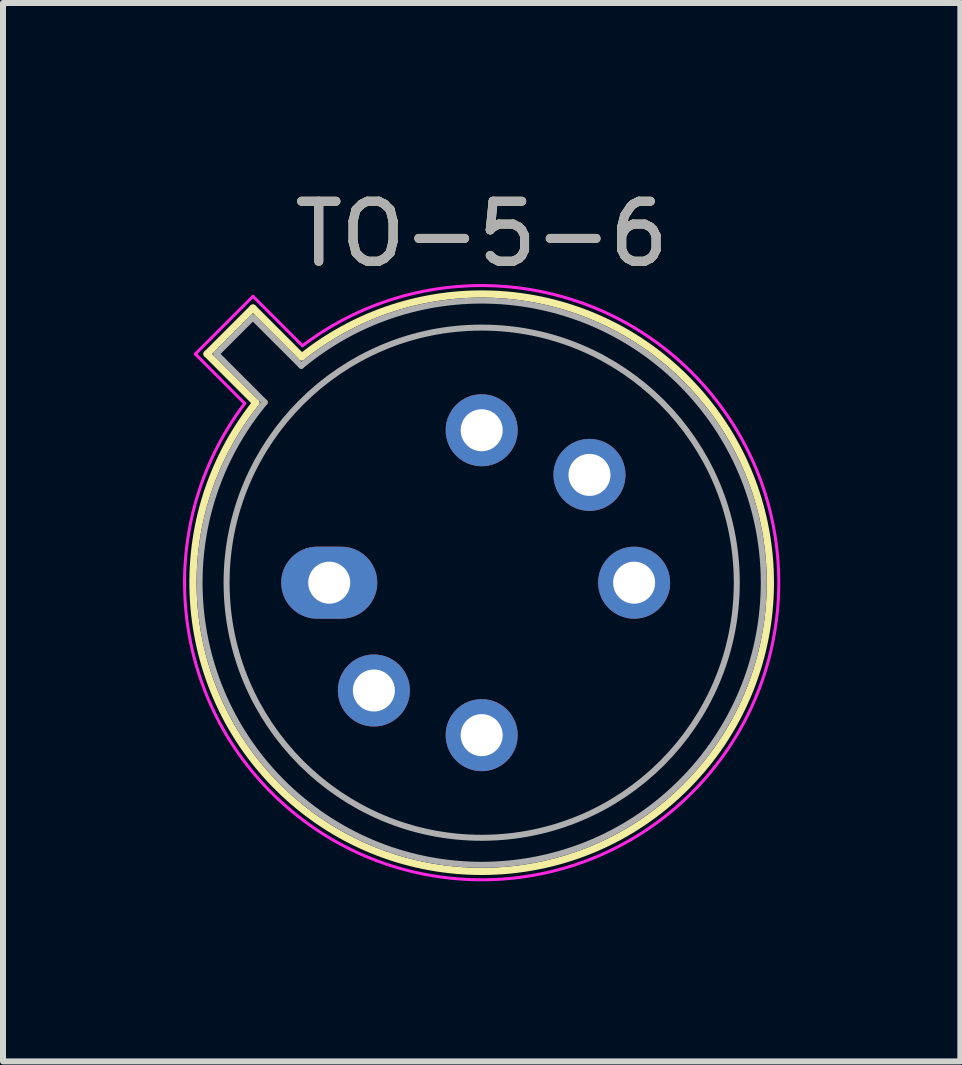
<source format=kicad_pcb>
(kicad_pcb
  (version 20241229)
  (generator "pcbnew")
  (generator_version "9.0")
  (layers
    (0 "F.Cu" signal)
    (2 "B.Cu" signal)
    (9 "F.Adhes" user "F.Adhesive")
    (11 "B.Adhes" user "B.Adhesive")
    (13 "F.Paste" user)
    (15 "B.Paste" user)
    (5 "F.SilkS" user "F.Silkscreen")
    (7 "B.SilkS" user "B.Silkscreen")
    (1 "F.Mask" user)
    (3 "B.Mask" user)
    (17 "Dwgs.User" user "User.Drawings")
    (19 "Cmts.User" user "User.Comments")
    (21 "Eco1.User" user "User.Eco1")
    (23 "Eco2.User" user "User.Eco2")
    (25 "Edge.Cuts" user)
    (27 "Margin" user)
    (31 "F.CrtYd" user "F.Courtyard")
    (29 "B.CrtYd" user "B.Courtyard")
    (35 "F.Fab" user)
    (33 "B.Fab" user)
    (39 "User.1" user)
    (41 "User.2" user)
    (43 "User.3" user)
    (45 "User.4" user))
  (footprint "TO-5-6"
    (layer "F.Cu")
    (at 2.435 6.658)
    (property "Reference" "TO-5-6" (at 2.54 -5.81 0) (layer "F.SilkS") (effects (font (size 1 1) (thickness 0.15))))
    (attr through_hole)
    (fp_line (start -2.035 -3.811) (end -1.222 -2.998) (stroke (width 0.12) (type solid)) (layer "F.SilkS"))
    (fp_line (start -1.271 -4.575) (end -2.035 -3.811) (stroke (width 0.12) (type solid)) (layer "F.SilkS"))
    (fp_line (start -0.458 -3.762) (end -1.271 -4.575) (stroke (width 0.12) (type solid)) (layer "F.SilkS"))
    (fp_arc (start -0.457844 -3.76152) (mid 5.941184 3.401184) (end -1.22152 -2.997844) (stroke (width 0.12) (type solid)) (layer "F.SilkS"))
    (fp_line (start -2.231 -3.81) (end -1.408 -2.986) (stroke (width 0.05) (type solid)) (layer "F.CrtYd"))
    (fp_line (start -1.27 -4.771) (end -2.231 -3.81) (stroke (width 0.05) (type solid)) (layer "F.CrtYd"))
    (fp_line (start -0.446 -3.948) (end -1.27 -4.771) (stroke (width 0.05) (type solid)) (layer "F.CrtYd"))
    (fp_arc (start -0.446162 -3.947827) (mid 6.040179 3.500179) (end -1.407827 -2.986162) (stroke (width 0.05) (type solid)) (layer "F.CrtYd"))
    (fp_line (start -1.88 -3.812) (end -1.074 -3.005) (stroke (width 0.1) (type solid)) (layer "F.Fab"))
    (fp_line (start -1.272 -4.42) (end -1.88 -3.812) (stroke (width 0.1) (type solid)) (layer "F.Fab"))
    (fp_line (start -0.465 -3.614) (end -1.272 -4.42) (stroke (width 0.1) (type solid)) (layer "F.Fab"))
    (fp_arc (start -0.465408 -3.61352) (mid 5.863402 3.323402) (end -1.07352 -3.005408) (stroke (width 0.1) (type solid)) (layer "F.Fab"))
    (fp_circle (center 2.54 0) (end 6.79 0) (stroke (width 0.1) (type solid)) (fill no) (layer "F.Fab"))
    (fp_text user "${REFERENCE}" (at 2.54 -5.81 0) (layer "F.Fab") (effects (font (size 1 1) (thickness 0.15))))
    (pad "1" thru_hole oval (at 0 0) (size 1.6 1.2) (drill 0.7) (layers "*.Cu" "*.Mask"))
    (pad "2" thru_hole circle (at 0.744 1.796) (size 1.2 1.2) (drill 0.7) (layers "*.Cu" "*.Mask"))
    (pad "3" thru_hole circle (at 2.54 2.54) (size 1.2 1.2) (drill 0.7) (layers "*.Cu" "*.Mask"))
    (pad "5" thru_hole circle (at 5.08 0) (size 1.2 1.2) (drill 0.7) (layers "*.Cu" "*.Mask"))
    (pad "6" thru_hole circle (at 4.336 -1.796) (size 1.2 1.2) (drill 0.7) (layers "*.Cu" "*.Mask"))
    (pad "7" thru_hole circle (at 2.54 -2.54) (size 1.2 1.2) (drill 0.7) (layers "*.Cu" "*.Mask")))
  (gr_rect
    (start -3 -3)
    (end 12.95 14.633)
    (stroke (width 0.1) (type default))
    (fill no)
    (layer "Edge.Cuts")))
</source>
